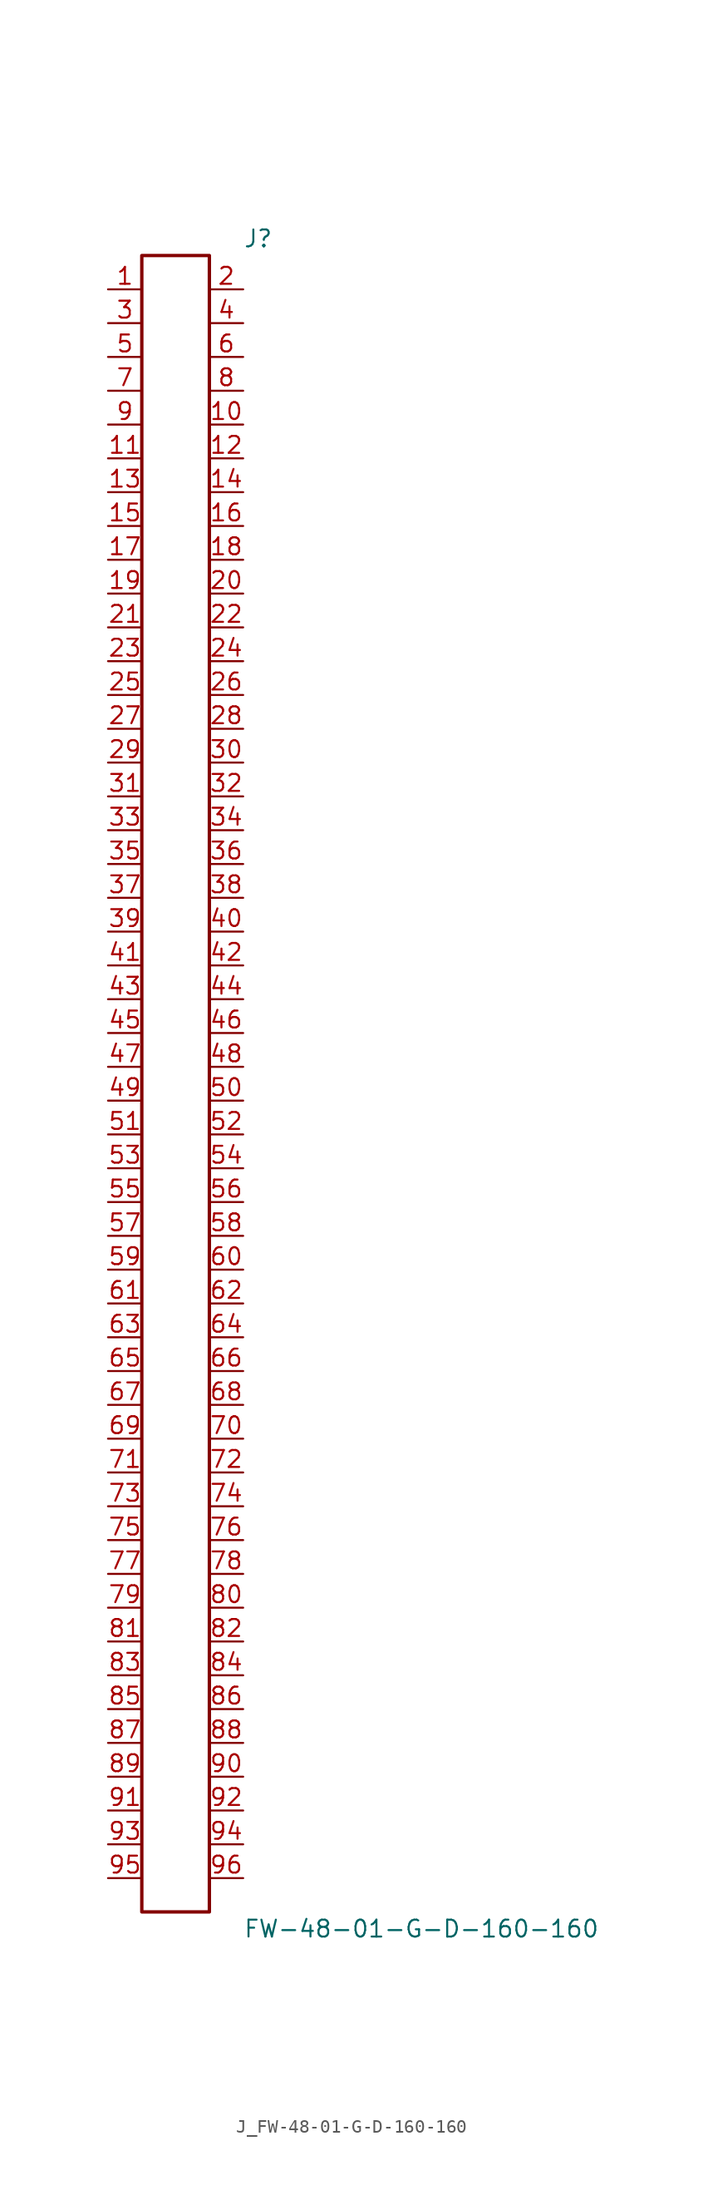
<source format=kicad_sym>
(kicad_symbol_lib
  (version 20231120)
  (generator kicad_symbol_editor)
  (generator_version 8.0)
  (symbol "J_FW-48-01-G-D-160-160"
    (pin_names
      (offset 0.254))
    (property "Reference" "J"
      (at 5.08 63.5 0)
      (effects (font (size 1.27 1.27)) (justify left)))
    (property "Value" "FW-48-01-G-D-160-160"
      (at 5.08 -63.5 0)
      (effects (font (size 1.27 1.27)) (justify left)))
    (symbol "J_FW-48-01-G-D-160-160_0_0"
      (pin unspecified line (at -5.08 59.69 0) (length 2.54) (name "" (effects (font (size 1.27 1.27)))) (number "1" (effects (font (size 1.27 1.27)))))
      (pin unspecified line (at 5.08 59.69 180) (length 2.54) (name "" (effects (font (size 1.27 1.27)))) (number "2" (effects (font (size 1.27 1.27)))))
      (pin unspecified line (at -5.08 57.15 0) (length 2.54) (name "" (effects (font (size 1.27 1.27)))) (number "3" (effects (font (size 1.27 1.27)))))
      (pin unspecified line (at 5.08 57.15 180) (length 2.54) (name "" (effects (font (size 1.27 1.27)))) (number "4" (effects (font (size 1.27 1.27)))))
      (pin unspecified line (at -5.08 54.61 0) (length 2.54) (name "" (effects (font (size 1.27 1.27)))) (number "5" (effects (font (size 1.27 1.27)))))
      (pin unspecified line (at 5.08 54.61 180) (length 2.54) (name "" (effects (font (size 1.27 1.27)))) (number "6" (effects (font (size 1.27 1.27)))))
      (pin unspecified line (at -5.08 52.07 0) (length 2.54) (name "" (effects (font (size 1.27 1.27)))) (number "7" (effects (font (size 1.27 1.27)))))
      (pin unspecified line (at 5.08 52.07 180) (length 2.54) (name "" (effects (font (size 1.27 1.27)))) (number "8" (effects (font (size 1.27 1.27)))))
      (pin unspecified line (at -5.08 49.53 0) (length 2.54) (name "" (effects (font (size 1.27 1.27)))) (number "9" (effects (font (size 1.27 1.27)))))
      (pin unspecified line (at 5.08 49.53 180) (length 2.54) (name "" (effects (font (size 1.27 1.27)))) (number "10" (effects (font (size 1.27 1.27)))))
      (pin unspecified line (at -5.08 46.99 0) (length 2.54) (name "" (effects (font (size 1.27 1.27)))) (number "11" (effects (font (size 1.27 1.27)))))
      (pin unspecified line (at 5.08 46.99 180) (length 2.54) (name "" (effects (font (size 1.27 1.27)))) (number "12" (effects (font (size 1.27 1.27)))))
      (pin unspecified line (at -5.08 44.45 0) (length 2.54) (name "" (effects (font (size 1.27 1.27)))) (number "13" (effects (font (size 1.27 1.27)))))
      (pin unspecified line (at 5.08 44.45 180) (length 2.54) (name "" (effects (font (size 1.27 1.27)))) (number "14" (effects (font (size 1.27 1.27)))))
      (pin unspecified line (at -5.08 41.91 0) (length 2.54) (name "" (effects (font (size 1.27 1.27)))) (number "15" (effects (font (size 1.27 1.27)))))
      (pin unspecified line (at 5.08 41.91 180) (length 2.54) (name "" (effects (font (size 1.27 1.27)))) (number "16" (effects (font (size 1.27 1.27)))))
      (pin unspecified line (at -5.08 39.37 0) (length 2.54) (name "" (effects (font (size 1.27 1.27)))) (number "17" (effects (font (size 1.27 1.27)))))
      (pin unspecified line (at 5.08 39.37 180) (length 2.54) (name "" (effects (font (size 1.27 1.27)))) (number "18" (effects (font (size 1.27 1.27)))))
      (pin unspecified line (at -5.08 36.83 0) (length 2.54) (name "" (effects (font (size 1.27 1.27)))) (number "19" (effects (font (size 1.27 1.27)))))
      (pin unspecified line (at 5.08 36.83 180) (length 2.54) (name "" (effects (font (size 1.27 1.27)))) (number "20" (effects (font (size 1.27 1.27)))))
      (pin unspecified line (at -5.08 34.29 0) (length 2.54) (name "" (effects (font (size 1.27 1.27)))) (number "21" (effects (font (size 1.27 1.27)))))
      (pin unspecified line (at 5.08 34.29 180) (length 2.54) (name "" (effects (font (size 1.27 1.27)))) (number "22" (effects (font (size 1.27 1.27)))))
      (pin unspecified line (at -5.08 31.75 0) (length 2.54) (name "" (effects (font (size 1.27 1.27)))) (number "23" (effects (font (size 1.27 1.27)))))
      (pin unspecified line (at 5.08 31.75 180) (length 2.54) (name "" (effects (font (size 1.27 1.27)))) (number "24" (effects (font (size 1.27 1.27)))))
      (pin unspecified line (at -5.08 29.21 0) (length 2.54) (name "" (effects (font (size 1.27 1.27)))) (number "25" (effects (font (size 1.27 1.27)))))
      (pin unspecified line (at 5.08 29.21 180) (length 2.54) (name "" (effects (font (size 1.27 1.27)))) (number "26" (effects (font (size 1.27 1.27)))))
      (pin unspecified line (at -5.08 26.67 0) (length 2.54) (name "" (effects (font (size 1.27 1.27)))) (number "27" (effects (font (size 1.27 1.27)))))
      (pin unspecified line (at 5.08 26.67 180) (length 2.54) (name "" (effects (font (size 1.27 1.27)))) (number "28" (effects (font (size 1.27 1.27)))))
      (pin unspecified line (at -5.08 24.13 0) (length 2.54) (name "" (effects (font (size 1.27 1.27)))) (number "29" (effects (font (size 1.27 1.27)))))
      (pin unspecified line (at 5.08 24.13 180) (length 2.54) (name "" (effects (font (size 1.27 1.27)))) (number "30" (effects (font (size 1.27 1.27)))))
      (pin unspecified line (at -5.08 21.59 0) (length 2.54) (name "" (effects (font (size 1.27 1.27)))) (number "31" (effects (font (size 1.27 1.27)))))
      (pin unspecified line (at 5.08 21.59 180) (length 2.54) (name "" (effects (font (size 1.27 1.27)))) (number "32" (effects (font (size 1.27 1.27)))))
      (pin unspecified line (at -5.08 19.05 0) (length 2.54) (name "" (effects (font (size 1.27 1.27)))) (number "33" (effects (font (size 1.27 1.27)))))
      (pin unspecified line (at 5.08 19.05 180) (length 2.54) (name "" (effects (font (size 1.27 1.27)))) (number "34" (effects (font (size 1.27 1.27)))))
      (pin unspecified line (at -5.08 16.51 0) (length 2.54) (name "" (effects (font (size 1.27 1.27)))) (number "35" (effects (font (size 1.27 1.27)))))
      (pin unspecified line (at 5.08 16.51 180) (length 2.54) (name "" (effects (font (size 1.27 1.27)))) (number "36" (effects (font (size 1.27 1.27)))))
      (pin unspecified line (at -5.08 13.97 0) (length 2.54) (name "" (effects (font (size 1.27 1.27)))) (number "37" (effects (font (size 1.27 1.27)))))
      (pin unspecified line (at 5.08 13.97 180) (length 2.54) (name "" (effects (font (size 1.27 1.27)))) (number "38" (effects (font (size 1.27 1.27)))))
      (pin unspecified line (at -5.08 11.43 0) (length 2.54) (name "" (effects (font (size 1.27 1.27)))) (number "39" (effects (font (size 1.27 1.27)))))
      (pin unspecified line (at 5.08 11.43 180) (length 2.54) (name "" (effects (font (size 1.27 1.27)))) (number "40" (effects (font (size 1.27 1.27)))))
      (pin unspecified line (at -5.08 8.89 0) (length 2.54) (name "" (effects (font (size 1.27 1.27)))) (number "41" (effects (font (size 1.27 1.27)))))
      (pin unspecified line (at 5.08 8.89 180) (length 2.54) (name "" (effects (font (size 1.27 1.27)))) (number "42" (effects (font (size 1.27 1.27)))))
      (pin unspecified line (at -5.08 6.35 0) (length 2.54) (name "" (effects (font (size 1.27 1.27)))) (number "43" (effects (font (size 1.27 1.27)))))
      (pin unspecified line (at 5.08 6.35 180) (length 2.54) (name "" (effects (font (size 1.27 1.27)))) (number "44" (effects (font (size 1.27 1.27)))))
      (pin unspecified line (at -5.08 3.81 0) (length 2.54) (name "" (effects (font (size 1.27 1.27)))) (number "45" (effects (font (size 1.27 1.27)))))
      (pin unspecified line (at 5.08 3.81 180) (length 2.54) (name "" (effects (font (size 1.27 1.27)))) (number "46" (effects (font (size 1.27 1.27)))))
      (pin unspecified line (at -5.08 1.27 0) (length 2.54) (name "" (effects (font (size 1.27 1.27)))) (number "47" (effects (font (size 1.27 1.27)))))
      (pin unspecified line (at 5.08 1.27 180) (length 2.54) (name "" (effects (font (size 1.27 1.27)))) (number "48" (effects (font (size 1.27 1.27)))))
      (pin unspecified line (at -5.08 -1.27 0) (length 2.54) (name "" (effects (font (size 1.27 1.27)))) (number "49" (effects (font (size 1.27 1.27)))))
      (pin unspecified line (at 5.08 -1.27 180) (length 2.54) (name "" (effects (font (size 1.27 1.27)))) (number "50" (effects (font (size 1.27 1.27)))))
      (pin unspecified line (at -5.08 -3.81 0) (length 2.54) (name "" (effects (font (size 1.27 1.27)))) (number "51" (effects (font (size 1.27 1.27)))))
      (pin unspecified line (at 5.08 -3.81 180) (length 2.54) (name "" (effects (font (size 1.27 1.27)))) (number "52" (effects (font (size 1.27 1.27)))))
      (pin unspecified line (at -5.08 -6.35 0) (length 2.54) (name "" (effects (font (size 1.27 1.27)))) (number "53" (effects (font (size 1.27 1.27)))))
      (pin unspecified line (at 5.08 -6.35 180) (length 2.54) (name "" (effects (font (size 1.27 1.27)))) (number "54" (effects (font (size 1.27 1.27)))))
      (pin unspecified line (at -5.08 -8.89 0) (length 2.54) (name "" (effects (font (size 1.27 1.27)))) (number "55" (effects (font (size 1.27 1.27)))))
      (pin unspecified line (at 5.08 -8.89 180) (length 2.54) (name "" (effects (font (size 1.27 1.27)))) (number "56" (effects (font (size 1.27 1.27)))))
      (pin unspecified line (at -5.08 -11.43 0) (length 2.54) (name "" (effects (font (size 1.27 1.27)))) (number "57" (effects (font (size 1.27 1.27)))))
      (pin unspecified line (at 5.08 -11.43 180) (length 2.54) (name "" (effects (font (size 1.27 1.27)))) (number "58" (effects (font (size 1.27 1.27)))))
      (pin unspecified line (at -5.08 -13.97 0) (length 2.54) (name "" (effects (font (size 1.27 1.27)))) (number "59" (effects (font (size 1.27 1.27)))))
      (pin unspecified line (at 5.08 -13.97 180) (length 2.54) (name "" (effects (font (size 1.27 1.27)))) (number "60" (effects (font (size 1.27 1.27)))))
      (pin unspecified line (at -5.08 -16.51 0) (length 2.54) (name "" (effects (font (size 1.27 1.27)))) (number "61" (effects (font (size 1.27 1.27)))))
      (pin unspecified line (at 5.08 -16.51 180) (length 2.54) (name "" (effects (font (size 1.27 1.27)))) (number "62" (effects (font (size 1.27 1.27)))))
      (pin unspecified line (at -5.08 -19.05 0) (length 2.54) (name "" (effects (font (size 1.27 1.27)))) (number "63" (effects (font (size 1.27 1.27)))))
      (pin unspecified line (at 5.08 -19.05 180) (length 2.54) (name "" (effects (font (size 1.27 1.27)))) (number "64" (effects (font (size 1.27 1.27)))))
      (pin unspecified line (at -5.08 -21.59 0) (length 2.54) (name "" (effects (font (size 1.27 1.27)))) (number "65" (effects (font (size 1.27 1.27)))))
      (pin unspecified line (at 5.08 -21.59 180) (length 2.54) (name "" (effects (font (size 1.27 1.27)))) (number "66" (effects (font (size 1.27 1.27)))))
      (pin unspecified line (at -5.08 -24.13 0) (length 2.54) (name "" (effects (font (size 1.27 1.27)))) (number "67" (effects (font (size 1.27 1.27)))))
      (pin unspecified line (at 5.08 -24.13 180) (length 2.54) (name "" (effects (font (size 1.27 1.27)))) (number "68" (effects (font (size 1.27 1.27)))))
      (pin unspecified line (at -5.08 -26.67 0) (length 2.54) (name "" (effects (font (size 1.27 1.27)))) (number "69" (effects (font (size 1.27 1.27)))))
      (pin unspecified line (at 5.08 -26.67 180) (length 2.54) (name "" (effects (font (size 1.27 1.27)))) (number "70" (effects (font (size 1.27 1.27)))))
      (pin unspecified line (at -5.08 -29.21 0) (length 2.54) (name "" (effects (font (size 1.27 1.27)))) (number "71" (effects (font (size 1.27 1.27)))))
      (pin unspecified line (at 5.08 -29.21 180) (length 2.54) (name "" (effects (font (size 1.27 1.27)))) (number "72" (effects (font (size 1.27 1.27)))))
      (pin unspecified line (at -5.08 -31.75 0) (length 2.54) (name "" (effects (font (size 1.27 1.27)))) (number "73" (effects (font (size 1.27 1.27)))))
      (pin unspecified line (at 5.08 -31.75 180) (length 2.54) (name "" (effects (font (size 1.27 1.27)))) (number "74" (effects (font (size 1.27 1.27)))))
      (pin unspecified line (at -5.08 -34.29 0) (length 2.54) (name "" (effects (font (size 1.27 1.27)))) (number "75" (effects (font (size 1.27 1.27)))))
      (pin unspecified line (at 5.08 -34.29 180) (length 2.54) (name "" (effects (font (size 1.27 1.27)))) (number "76" (effects (font (size 1.27 1.27)))))
      (pin unspecified line (at -5.08 -36.83 0) (length 2.54) (name "" (effects (font (size 1.27 1.27)))) (number "77" (effects (font (size 1.27 1.27)))))
      (pin unspecified line (at 5.08 -36.83 180) (length 2.54) (name "" (effects (font (size 1.27 1.27)))) (number "78" (effects (font (size 1.27 1.27)))))
      (pin unspecified line (at -5.08 -39.37 0) (length 2.54) (name "" (effects (font (size 1.27 1.27)))) (number "79" (effects (font (size 1.27 1.27)))))
      (pin unspecified line (at 5.08 -39.37 180) (length 2.54) (name "" (effects (font (size 1.27 1.27)))) (number "80" (effects (font (size 1.27 1.27)))))
      (pin unspecified line (at -5.08 -41.91 0) (length 2.54) (name "" (effects (font (size 1.27 1.27)))) (number "81" (effects (font (size 1.27 1.27)))))
      (pin unspecified line (at 5.08 -41.91 180) (length 2.54) (name "" (effects (font (size 1.27 1.27)))) (number "82" (effects (font (size 1.27 1.27)))))
      (pin unspecified line (at -5.08 -44.45 0) (length 2.54) (name "" (effects (font (size 1.27 1.27)))) (number "83" (effects (font (size 1.27 1.27)))))
      (pin unspecified line (at 5.08 -44.45 180) (length 2.54) (name "" (effects (font (size 1.27 1.27)))) (number "84" (effects (font (size 1.27 1.27)))))
      (pin unspecified line (at -5.08 -46.99 0) (length 2.54) (name "" (effects (font (size 1.27 1.27)))) (number "85" (effects (font (size 1.27 1.27)))))
      (pin unspecified line (at 5.08 -46.99 180) (length 2.54) (name "" (effects (font (size 1.27 1.27)))) (number "86" (effects (font (size 1.27 1.27)))))
      (pin unspecified line (at -5.08 -49.53 0) (length 2.54) (name "" (effects (font (size 1.27 1.27)))) (number "87" (effects (font (size 1.27 1.27)))))
      (pin unspecified line (at 5.08 -49.53 180) (length 2.54) (name "" (effects (font (size 1.27 1.27)))) (number "88" (effects (font (size 1.27 1.27)))))
      (pin unspecified line (at -5.08 -52.07 0) (length 2.54) (name "" (effects (font (size 1.27 1.27)))) (number "89" (effects (font (size 1.27 1.27)))))
      (pin unspecified line (at 5.08 -52.07 180) (length 2.54) (name "" (effects (font (size 1.27 1.27)))) (number "90" (effects (font (size 1.27 1.27)))))
      (pin unspecified line (at -5.08 -54.61 0) (length 2.54) (name "" (effects (font (size 1.27 1.27)))) (number "91" (effects (font (size 1.27 1.27)))))
      (pin unspecified line (at 5.08 -54.61 180) (length 2.54) (name "" (effects (font (size 1.27 1.27)))) (number "92" (effects (font (size 1.27 1.27)))))
      (pin unspecified line (at -5.08 -57.15 0) (length 2.54) (name "" (effects (font (size 1.27 1.27)))) (number "93" (effects (font (size 1.27 1.27)))))
      (pin unspecified line (at 5.08 -57.15 180) (length 2.54) (name "" (effects (font (size 1.27 1.27)))) (number "94" (effects (font (size 1.27 1.27)))))
      (pin unspecified line (at -5.08 -59.69 0) (length 2.54) (name "" (effects (font (size 1.27 1.27)))) (number "95" (effects (font (size 1.27 1.27)))))
      (pin unspecified line (at 5.08 -59.69 180) (length 2.54) (name "" (effects (font (size 1.27 1.27)))) (number "96" (effects (font (size 1.27 1.27))))))
    (symbol "J_FW-48-01-G-D-160-160_1_0"
      (rectangle (start -2.54 62.23) (end 2.54 -62.23) (stroke (width 0.254) (type solid)) (fill (type none))))))
</source>
